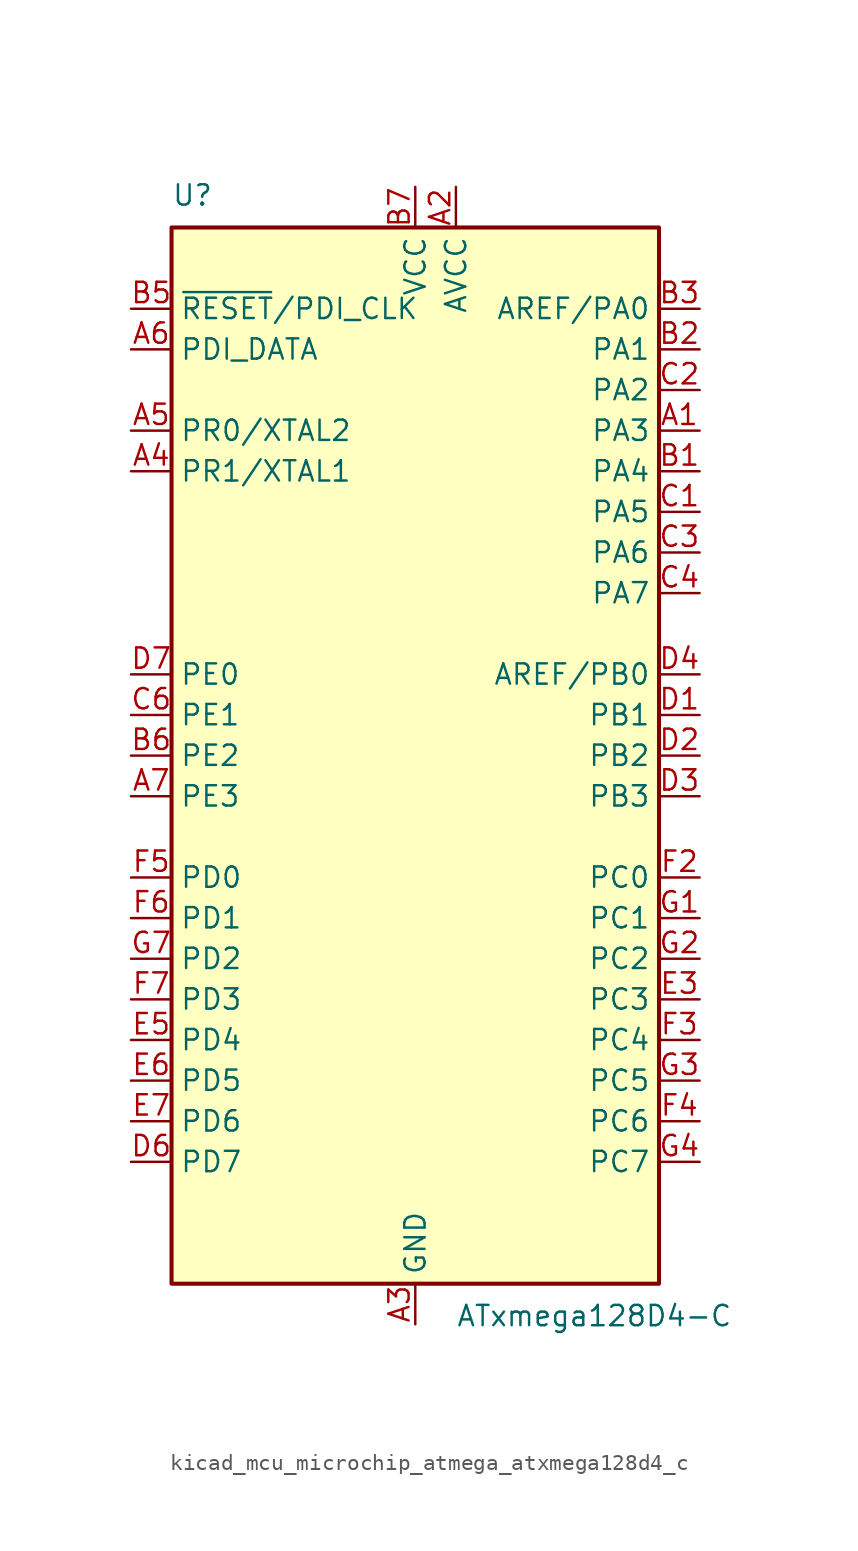
<source format=kicad_sym>
(kicad_symbol_lib
  (version 20220914)
  (generator kicad_symbol_editor)
  (symbol "kicad_mcu_microchip_atmega_atxmega128d4_c"
    (property "Reference" "U"
      (at -15.24 34.29 0)
      (effects (font (size 1.27 1.27)) (justify left bottom)))
    (property "Value" "ATxmega128D4-C"
      (at 2.54 -34.29 0)
      (effects (font (size 1.27 1.27)) (justify left top)))
    (symbol "kicad_mcu_microchip_atmega_atxmega128d4_c_0_1"
      (rectangle (start -15.24 -33.02) (end 15.24 33.02) (stroke (width 0.254) (type default)) (fill (type background))))
    (symbol "kicad_mcu_microchip_atmega_atxmega128d4_c_1_1"
      (pin bidirectional line (at 17.78 20.32 180) (length 2.54) (name "PA3" (effects (font (size 1.27 1.27)))) (number "A1" (effects (font (size 1.27 1.27)))))
      (pin power_in line (at 2.54 35.56 270) (length 2.54) (name "AVCC" (effects (font (size 1.27 1.27)))) (number "A2" (effects (font (size 1.27 1.27)))))
      (pin power_in line (at 0 -35.56 90) (length 2.54) (name "GND" (effects (font (size 1.27 1.27)))) (number "A3" (effects (font (size 1.27 1.27)))))
      (pin bidirectional line (at -17.78 17.78 0) (length 2.54) (name "PR1/XTAL1" (effects (font (size 1.27 1.27)))) (number "A4" (effects (font (size 1.27 1.27)))))
      (pin bidirectional line (at -17.78 20.32 0) (length 2.54) (name "PR0/XTAL2" (effects (font (size 1.27 1.27)))) (number "A5" (effects (font (size 1.27 1.27)))))
      (pin bidirectional line (at -17.78 25.4 0) (length 2.54) (name "PDI_DATA" (effects (font (size 1.27 1.27)))) (number "A6" (effects (font (size 1.27 1.27)))))
      (pin bidirectional line (at -17.78 -2.54 0) (length 2.54) (name "PE3" (effects (font (size 1.27 1.27)))) (number "A7" (effects (font (size 1.27 1.27)))))
      (pin bidirectional line (at 17.78 17.78 180) (length 2.54) (name "PA4" (effects (font (size 1.27 1.27)))) (number "B1" (effects (font (size 1.27 1.27)))))
      (pin bidirectional line (at 17.78 25.4 180) (length 2.54) (name "PA1" (effects (font (size 1.27 1.27)))) (number "B2" (effects (font (size 1.27 1.27)))))
      (pin bidirectional line (at 17.78 27.94 180) (length 2.54) (name "AREF/PA0" (effects (font (size 1.27 1.27)))) (number "B3" (effects (font (size 1.27 1.27)))))
      (pin passive line (at 0 -35.56 90) (length 2.54) hide (name "GND" (effects (font (size 1.27 1.27)))) (number "B4" (effects (font (size 1.27 1.27)))))
      (pin input line (at -17.78 27.94 0) (length 2.54) (name "~{RESET}/PDI_CLK" (effects (font (size 1.27 1.27)))) (number "B5" (effects (font (size 1.27 1.27)))))
      (pin bidirectional line (at -17.78 0 0) (length 2.54) (name "PE2" (effects (font (size 1.27 1.27)))) (number "B6" (effects (font (size 1.27 1.27)))))
      (pin power_in line (at 0 35.56 270) (length 2.54) (name "VCC" (effects (font (size 1.27 1.27)))) (number "B7" (effects (font (size 1.27 1.27)))))
      (pin bidirectional line (at 17.78 15.24 180) (length 2.54) (name "PA5" (effects (font (size 1.27 1.27)))) (number "C1" (effects (font (size 1.27 1.27)))))
      (pin bidirectional line (at 17.78 22.86 180) (length 2.54) (name "PA2" (effects (font (size 1.27 1.27)))) (number "C2" (effects (font (size 1.27 1.27)))))
      (pin bidirectional line (at 17.78 12.7 180) (length 2.54) (name "PA6" (effects (font (size 1.27 1.27)))) (number "C3" (effects (font (size 1.27 1.27)))))
      (pin bidirectional line (at 17.78 10.16 180) (length 2.54) (name "PA7" (effects (font (size 1.27 1.27)))) (number "C4" (effects (font (size 1.27 1.27)))))
      (pin passive line (at 0 -35.56 90) (length 2.54) hide (name "GND" (effects (font (size 1.27 1.27)))) (number "C5" (effects (font (size 1.27 1.27)))))
      (pin bidirectional line (at -17.78 2.54 0) (length 2.54) (name "PE1" (effects (font (size 1.27 1.27)))) (number "C6" (effects (font (size 1.27 1.27)))))
      (pin passive line (at 0 -35.56 90) (length 2.54) hide (name "GND" (effects (font (size 1.27 1.27)))) (number "C7" (effects (font (size 1.27 1.27)))))
      (pin bidirectional line (at 17.78 2.54 180) (length 2.54) (name "PB1" (effects (font (size 1.27 1.27)))) (number "D1" (effects (font (size 1.27 1.27)))))
      (pin bidirectional line (at 17.78 0 180) (length 2.54) (name "PB2" (effects (font (size 1.27 1.27)))) (number "D2" (effects (font (size 1.27 1.27)))))
      (pin bidirectional line (at 17.78 -2.54 180) (length 2.54) (name "PB3" (effects (font (size 1.27 1.27)))) (number "D3" (effects (font (size 1.27 1.27)))))
      (pin bidirectional line (at 17.78 5.08 180) (length 2.54) (name "AREF/PB0" (effects (font (size 1.27 1.27)))) (number "D4" (effects (font (size 1.27 1.27)))))
      (pin passive line (at 0 -35.56 90) (length 2.54) hide (name "GND" (effects (font (size 1.27 1.27)))) (number "D5" (effects (font (size 1.27 1.27)))))
      (pin bidirectional line (at -17.78 -25.4 0) (length 2.54) (name "PD7" (effects (font (size 1.27 1.27)))) (number "D6" (effects (font (size 1.27 1.27)))))
      (pin bidirectional line (at -17.78 5.08 0) (length 2.54) (name "PE0" (effects (font (size 1.27 1.27)))) (number "D7" (effects (font (size 1.27 1.27)))))
      (pin passive line (at 0 -35.56 90) (length 2.54) hide (name "GND" (effects (font (size 1.27 1.27)))) (number "E1" (effects (font (size 1.27 1.27)))))
      (pin passive line (at 0 -35.56 90) (length 2.54) hide (name "GND" (effects (font (size 1.27 1.27)))) (number "E2" (effects (font (size 1.27 1.27)))))
      (pin bidirectional line (at 17.78 -15.24 180) (length 2.54) (name "PC3" (effects (font (size 1.27 1.27)))) (number "E3" (effects (font (size 1.27 1.27)))))
      (pin passive line (at 0 -35.56 90) (length 2.54) hide (name "GND" (effects (font (size 1.27 1.27)))) (number "E4" (effects (font (size 1.27 1.27)))))
      (pin bidirectional line (at -17.78 -17.78 0) (length 2.54) (name "PD4" (effects (font (size 1.27 1.27)))) (number "E5" (effects (font (size 1.27 1.27)))))
      (pin bidirectional line (at -17.78 -20.32 0) (length 2.54) (name "PD5" (effects (font (size 1.27 1.27)))) (number "E6" (effects (font (size 1.27 1.27)))))
      (pin bidirectional line (at -17.78 -22.86 0) (length 2.54) (name "PD6" (effects (font (size 1.27 1.27)))) (number "E7" (effects (font (size 1.27 1.27)))))
      (pin passive line (at 0 35.56 270) (length 2.54) hide (name "VCC" (effects (font (size 1.27 1.27)))) (number "F1" (effects (font (size 1.27 1.27)))))
      (pin bidirectional line (at 17.78 -7.62 180) (length 2.54) (name "PC0" (effects (font (size 1.27 1.27)))) (number "F2" (effects (font (size 1.27 1.27)))))
      (pin bidirectional line (at 17.78 -17.78 180) (length 2.54) (name "PC4" (effects (font (size 1.27 1.27)))) (number "F3" (effects (font (size 1.27 1.27)))))
      (pin bidirectional line (at 17.78 -22.86 180) (length 2.54) (name "PC6" (effects (font (size 1.27 1.27)))) (number "F4" (effects (font (size 1.27 1.27)))))
      (pin bidirectional line (at -17.78 -7.62 0) (length 2.54) (name "PD0" (effects (font (size 1.27 1.27)))) (number "F5" (effects (font (size 1.27 1.27)))))
      (pin bidirectional line (at -17.78 -10.16 0) (length 2.54) (name "PD1" (effects (font (size 1.27 1.27)))) (number "F6" (effects (font (size 1.27 1.27)))))
      (pin bidirectional line (at -17.78 -15.24 0) (length 2.54) (name "PD3" (effects (font (size 1.27 1.27)))) (number "F7" (effects (font (size 1.27 1.27)))))
      (pin bidirectional line (at 17.78 -10.16 180) (length 2.54) (name "PC1" (effects (font (size 1.27 1.27)))) (number "G1" (effects (font (size 1.27 1.27)))))
      (pin bidirectional line (at 17.78 -12.7 180) (length 2.54) (name "PC2" (effects (font (size 1.27 1.27)))) (number "G2" (effects (font (size 1.27 1.27)))))
      (pin bidirectional line (at 17.78 -20.32 180) (length 2.54) (name "PC5" (effects (font (size 1.27 1.27)))) (number "G3" (effects (font (size 1.27 1.27)))))
      (pin bidirectional line (at 17.78 -25.4 180) (length 2.54) (name "PC7" (effects (font (size 1.27 1.27)))) (number "G4" (effects (font (size 1.27 1.27)))))
      (pin passive line (at 0 -35.56 90) (length 2.54) hide (name "GND" (effects (font (size 1.27 1.27)))) (number "G5" (effects (font (size 1.27 1.27)))))
      (pin passive line (at 0 35.56 270) (length 2.54) hide (name "VCC" (effects (font (size 1.27 1.27)))) (number "G6" (effects (font (size 1.27 1.27)))))
      (pin bidirectional line (at -17.78 -12.7 0) (length 2.54) (name "PD2" (effects (font (size 1.27 1.27)))) (number "G7" (effects (font (size 1.27 1.27))))))))
</source>
